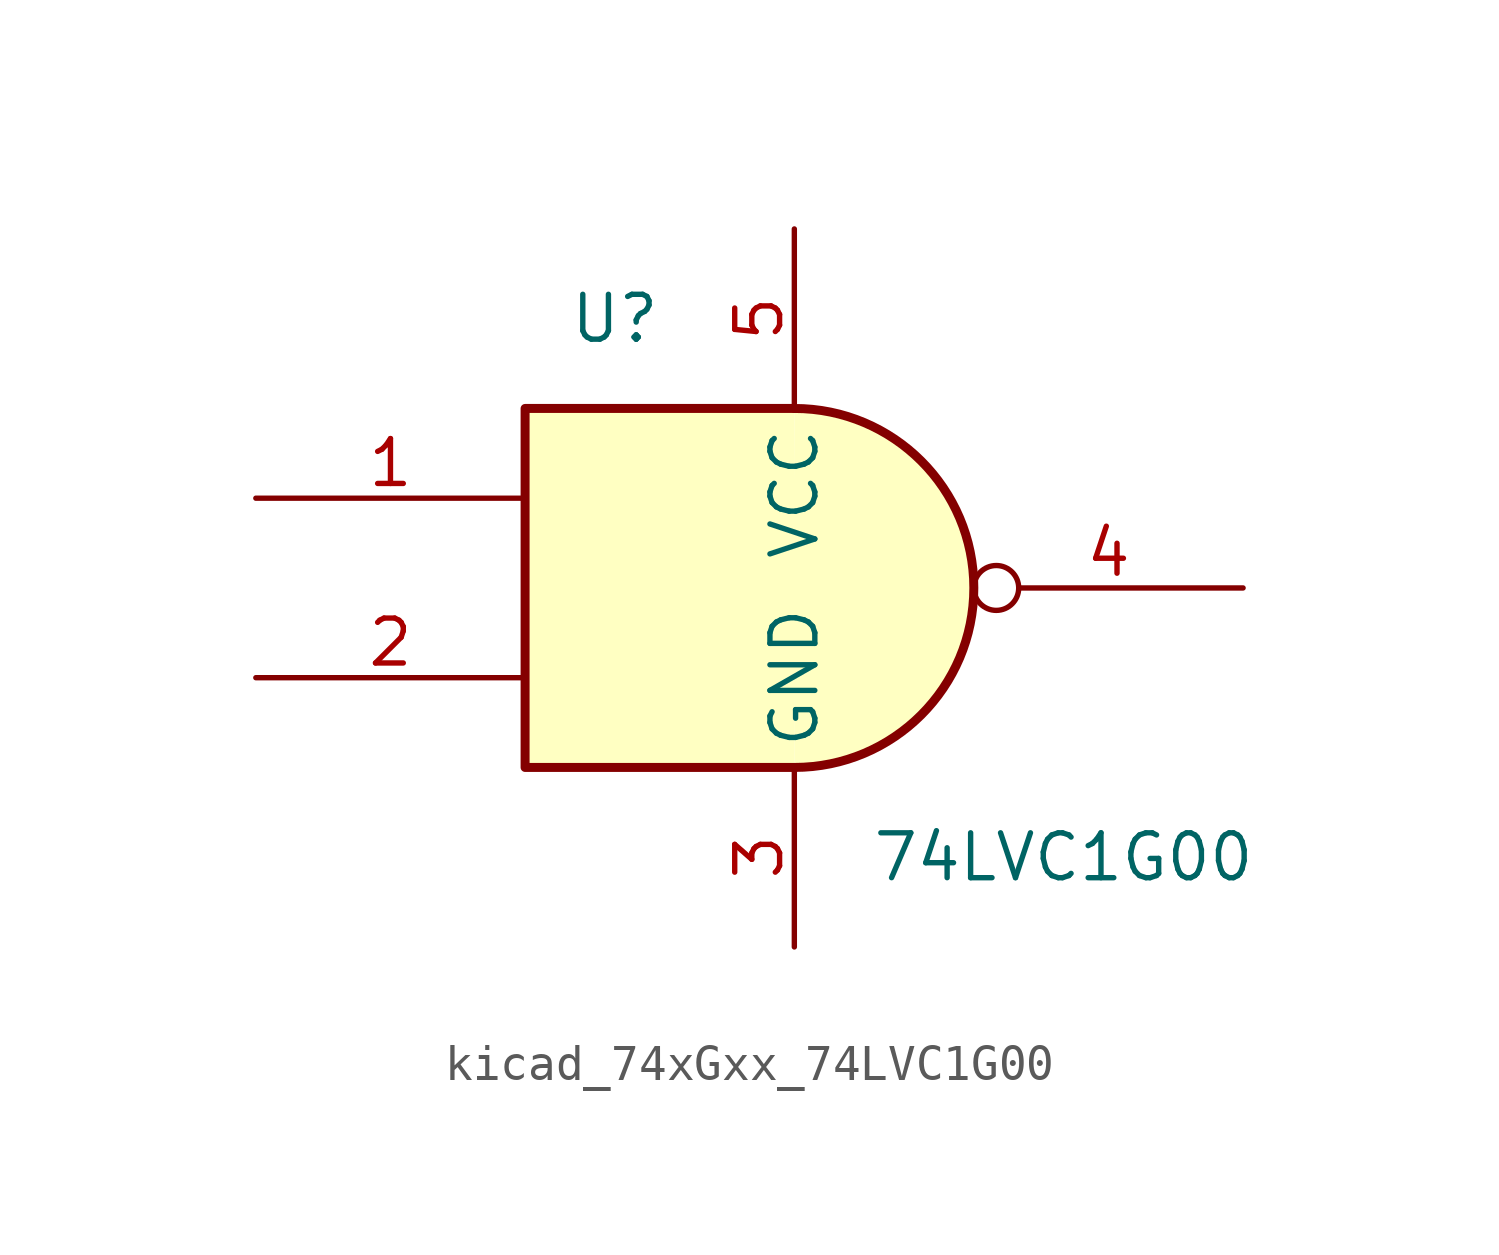
<source format=kicad_sym>
(kicad_symbol_lib
  (version 20220914)
  (generator kicad_symbol_editor)
  (symbol "kicad_74xGxx_74LVC1G00"
    (property "Reference" "U"
      (at -5.08 7.62 0)
      (effects (font (size 1.27 1.27))))
    (property "Value" "74LVC1G00"
      (at 7.62 -7.62 0)
      (effects (font (size 1.27 1.27))))
    (symbol "kicad_74xGxx_74LVC1G00_0_1"
      (arc (start 0 -5.08) (mid 5.0579 0) (end 0 5.08) (stroke (width 0.254) (type default)) (fill (type background)))
      (polyline (pts (xy 0 -5.08) (xy -7.62 -5.08) (xy -7.62 5.08) (xy 0 5.08)) (stroke (width 0.254) (type default)) (fill (type background))))
    (symbol "kicad_74xGxx_74LVC1G00_1_1"
      (pin input line (at -15.24 2.54 0) (length 7.62) (name "~" (effects (font (size 1.27 1.27)))) (number "1" (effects (font (size 1.27 1.27)))))
      (pin input line (at -15.24 -2.54 0) (length 7.62) (name "~" (effects (font (size 1.27 1.27)))) (number "2" (effects (font (size 1.27 1.27)))))
      (pin power_in line (at 0 -10.16 90) (length 5.08) (name "GND" (effects (font (size 1.27 1.27)))) (number "3" (effects (font (size 1.27 1.27)))))
      (pin output inverted (at 12.7 0 180) (length 7.62) (name "~" (effects (font (size 1.27 1.27)))) (number "4" (effects (font (size 1.27 1.27)))))
      (pin power_in line (at 0 10.16 270) (length 5.08) (name "VCC" (effects (font (size 1.27 1.27)))) (number "5" (effects (font (size 1.27 1.27))))))))
</source>
